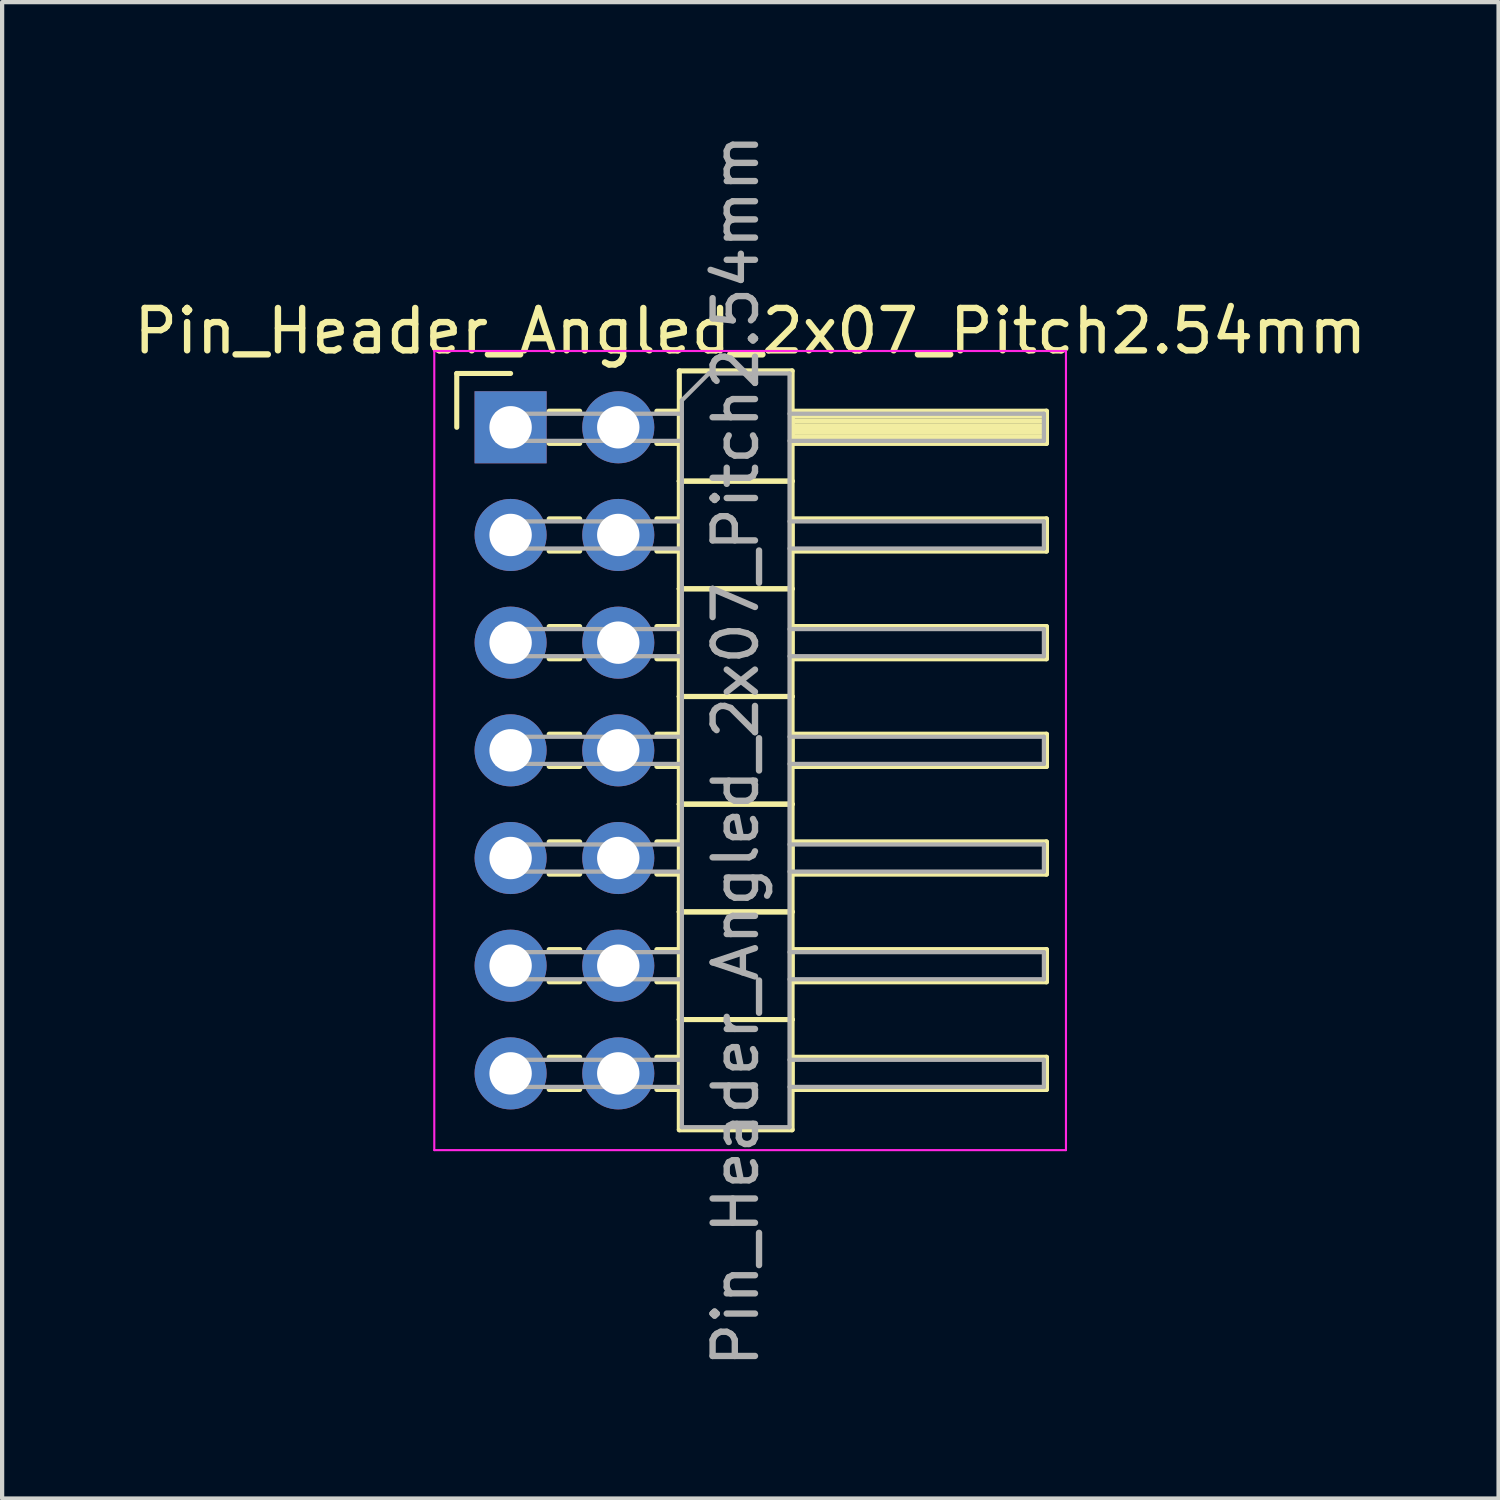
<source format=kicad_pcb>
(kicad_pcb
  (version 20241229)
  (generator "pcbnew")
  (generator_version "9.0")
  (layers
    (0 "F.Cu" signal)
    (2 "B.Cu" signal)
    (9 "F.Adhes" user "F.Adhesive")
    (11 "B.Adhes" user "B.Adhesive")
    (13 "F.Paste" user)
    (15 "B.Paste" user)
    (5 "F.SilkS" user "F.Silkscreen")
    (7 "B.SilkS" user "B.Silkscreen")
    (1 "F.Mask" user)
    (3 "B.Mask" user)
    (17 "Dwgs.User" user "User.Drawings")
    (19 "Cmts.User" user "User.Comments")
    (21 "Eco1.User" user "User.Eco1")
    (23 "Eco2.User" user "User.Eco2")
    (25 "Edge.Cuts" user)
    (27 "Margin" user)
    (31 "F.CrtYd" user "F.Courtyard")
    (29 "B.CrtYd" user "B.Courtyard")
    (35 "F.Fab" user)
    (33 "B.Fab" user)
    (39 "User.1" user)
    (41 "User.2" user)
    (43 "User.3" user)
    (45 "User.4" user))
  (footprint "Pin_Header_Angled_2x07_Pitch2.54mm"
    (layer "F.Cu")
    (at 8.994 7.029)
    (property "Reference" "Pin_Header_Angled_2x07_Pitch2.54mm" (at 5.655 -2.27 0) (layer "F.SilkS") (effects (font (size 1 1) (thickness 0.15))))
    (attr through_hole)
    (fp_line (start -1.27 -1.27) (end 0 -1.27) (stroke (width 0.12) (type solid)) (layer "F.SilkS"))
    (fp_line (start -1.27 0) (end -1.27 -1.27) (stroke (width 0.12) (type solid)) (layer "F.SilkS"))
    (fp_line (start 0.91 -0.38) (end 1.63 -0.38) (stroke (width 0.12) (type solid)) (layer "F.SilkS"))
    (fp_line (start 0.91 0.38) (end 1.63 0.38) (stroke (width 0.12) (type solid)) (layer "F.SilkS"))
    (fp_line (start 0.91 2.16) (end 1.63 2.16) (stroke (width 0.12) (type solid)) (layer "F.SilkS"))
    (fp_line (start 0.91 2.92) (end 1.63 2.92) (stroke (width 0.12) (type solid)) (layer "F.SilkS"))
    (fp_line (start 0.91 4.7) (end 1.63 4.7) (stroke (width 0.12) (type solid)) (layer "F.SilkS"))
    (fp_line (start 0.91 5.46) (end 1.63 5.46) (stroke (width 0.12) (type solid)) (layer "F.SilkS"))
    (fp_line (start 0.91 7.24) (end 1.63 7.24) (stroke (width 0.12) (type solid)) (layer "F.SilkS"))
    (fp_line (start 0.91 8) (end 1.63 8) (stroke (width 0.12) (type solid)) (layer "F.SilkS"))
    (fp_line (start 0.91 9.78) (end 1.63 9.78) (stroke (width 0.12) (type solid)) (layer "F.SilkS"))
    (fp_line (start 0.91 10.54) (end 1.63 10.54) (stroke (width 0.12) (type solid)) (layer "F.SilkS"))
    (fp_line (start 0.91 12.32) (end 1.63 12.32) (stroke (width 0.12) (type solid)) (layer "F.SilkS"))
    (fp_line (start 0.91 13.08) (end 1.63 13.08) (stroke (width 0.12) (type solid)) (layer "F.SilkS"))
    (fp_line (start 0.91 14.86) (end 1.63 14.86) (stroke (width 0.12) (type solid)) (layer "F.SilkS"))
    (fp_line (start 0.91 15.62) (end 1.63 15.62) (stroke (width 0.12) (type solid)) (layer "F.SilkS"))
    (fp_line (start 3.45 -0.38) (end 3.98 -0.38) (stroke (width 0.12) (type solid)) (layer "F.SilkS"))
    (fp_line (start 3.45 0.38) (end 3.98 0.38) (stroke (width 0.12) (type solid)) (layer "F.SilkS"))
    (fp_line (start 3.45 2.16) (end 3.98 2.16) (stroke (width 0.12) (type solid)) (layer "F.SilkS"))
    (fp_line (start 3.45 2.92) (end 3.98 2.92) (stroke (width 0.12) (type solid)) (layer "F.SilkS"))
    (fp_line (start 3.45 4.7) (end 3.98 4.7) (stroke (width 0.12) (type solid)) (layer "F.SilkS"))
    (fp_line (start 3.45 5.46) (end 3.98 5.46) (stroke (width 0.12) (type solid)) (layer "F.SilkS"))
    (fp_line (start 3.45 7.24) (end 3.98 7.24) (stroke (width 0.12) (type solid)) (layer "F.SilkS"))
    (fp_line (start 3.45 8) (end 3.98 8) (stroke (width 0.12) (type solid)) (layer "F.SilkS"))
    (fp_line (start 3.45 9.78) (end 3.98 9.78) (stroke (width 0.12) (type solid)) (layer "F.SilkS"))
    (fp_line (start 3.45 10.54) (end 3.98 10.54) (stroke (width 0.12) (type solid)) (layer "F.SilkS"))
    (fp_line (start 3.45 12.32) (end 3.98 12.32) (stroke (width 0.12) (type solid)) (layer "F.SilkS"))
    (fp_line (start 3.45 13.08) (end 3.98 13.08) (stroke (width 0.12) (type solid)) (layer "F.SilkS"))
    (fp_line (start 3.45 14.86) (end 3.98 14.86) (stroke (width 0.12) (type solid)) (layer "F.SilkS"))
    (fp_line (start 3.45 15.62) (end 3.98 15.62) (stroke (width 0.12) (type solid)) (layer "F.SilkS"))
    (fp_line (start 3.98 -1.33) (end 3.98 1.27) (stroke (width 0.12) (type solid)) (layer "F.SilkS"))
    (fp_line (start 3.98 1.27) (end 3.98 3.81) (stroke (width 0.12) (type solid)) (layer "F.SilkS"))
    (fp_line (start 3.98 1.27) (end 6.64 1.27) (stroke (width 0.12) (type solid)) (layer "F.SilkS"))
    (fp_line (start 3.98 3.81) (end 3.98 6.35) (stroke (width 0.12) (type solid)) (layer "F.SilkS"))
    (fp_line (start 3.98 3.81) (end 6.64 3.81) (stroke (width 0.12) (type solid)) (layer "F.SilkS"))
    (fp_line (start 3.98 6.35) (end 3.98 8.89) (stroke (width 0.12) (type solid)) (layer "F.SilkS"))
    (fp_line (start 3.98 6.35) (end 6.64 6.35) (stroke (width 0.12) (type solid)) (layer "F.SilkS"))
    (fp_line (start 3.98 8.89) (end 3.98 11.43) (stroke (width 0.12) (type solid)) (layer "F.SilkS"))
    (fp_line (start 3.98 8.89) (end 6.64 8.89) (stroke (width 0.12) (type solid)) (layer "F.SilkS"))
    (fp_line (start 3.98 11.43) (end 3.98 13.97) (stroke (width 0.12) (type solid)) (layer "F.SilkS"))
    (fp_line (start 3.98 11.43) (end 6.64 11.43) (stroke (width 0.12) (type solid)) (layer "F.SilkS"))
    (fp_line (start 3.98 13.97) (end 3.98 16.57) (stroke (width 0.12) (type solid)) (layer "F.SilkS"))
    (fp_line (start 3.98 13.97) (end 6.64 13.97) (stroke (width 0.12) (type solid)) (layer "F.SilkS"))
    (fp_line (start 3.98 16.57) (end 6.64 16.57) (stroke (width 0.12) (type solid)) (layer "F.SilkS"))
    (fp_line (start 6.64 -1.33) (end 3.98 -1.33) (stroke (width 0.12) (type solid)) (layer "F.SilkS"))
    (fp_line (start 6.64 -0.38) (end 6.64 0.38) (stroke (width 0.12) (type solid)) (layer "F.SilkS"))
    (fp_line (start 6.64 -0.26) (end 12.64 -0.26) (stroke (width 0.12) (type solid)) (layer "F.SilkS"))
    (fp_line (start 6.64 -0.14) (end 12.64 -0.14) (stroke (width 0.12) (type solid)) (layer "F.SilkS"))
    (fp_line (start 6.64 -0.02) (end 12.64 -0.02) (stroke (width 0.12) (type solid)) (layer "F.SilkS"))
    (fp_line (start 6.64 0.1) (end 12.64 0.1) (stroke (width 0.12) (type solid)) (layer "F.SilkS"))
    (fp_line (start 6.64 0.22) (end 12.64 0.22) (stroke (width 0.12) (type solid)) (layer "F.SilkS"))
    (fp_line (start 6.64 0.34) (end 12.64 0.34) (stroke (width 0.12) (type solid)) (layer "F.SilkS"))
    (fp_line (start 6.64 0.38) (end 12.64 0.38) (stroke (width 0.12) (type solid)) (layer "F.SilkS"))
    (fp_line (start 6.64 1.27) (end 3.98 1.27) (stroke (width 0.12) (type solid)) (layer "F.SilkS"))
    (fp_line (start 6.64 1.27) (end 6.64 -1.33) (stroke (width 0.12) (type solid)) (layer "F.SilkS"))
    (fp_line (start 6.64 2.16) (end 6.64 2.92) (stroke (width 0.12) (type solid)) (layer "F.SilkS"))
    (fp_line (start 6.64 2.92) (end 12.64 2.92) (stroke (width 0.12) (type solid)) (layer "F.SilkS"))
    (fp_line (start 6.64 3.81) (end 3.98 3.81) (stroke (width 0.12) (type solid)) (layer "F.SilkS"))
    (fp_line (start 6.64 3.81) (end 6.64 1.27) (stroke (width 0.12) (type solid)) (layer "F.SilkS"))
    (fp_line (start 6.64 4.7) (end 6.64 5.46) (stroke (width 0.12) (type solid)) (layer "F.SilkS"))
    (fp_line (start 6.64 5.46) (end 12.64 5.46) (stroke (width 0.12) (type solid)) (layer "F.SilkS"))
    (fp_line (start 6.64 6.35) (end 3.98 6.35) (stroke (width 0.12) (type solid)) (layer "F.SilkS"))
    (fp_line (start 6.64 6.35) (end 6.64 3.81) (stroke (width 0.12) (type solid)) (layer "F.SilkS"))
    (fp_line (start 6.64 7.24) (end 6.64 8) (stroke (width 0.12) (type solid)) (layer "F.SilkS"))
    (fp_line (start 6.64 8) (end 12.64 8) (stroke (width 0.12) (type solid)) (layer "F.SilkS"))
    (fp_line (start 6.64 8.89) (end 3.98 8.89) (stroke (width 0.12) (type solid)) (layer "F.SilkS"))
    (fp_line (start 6.64 8.89) (end 6.64 6.35) (stroke (width 0.12) (type solid)) (layer "F.SilkS"))
    (fp_line (start 6.64 9.78) (end 6.64 10.54) (stroke (width 0.12) (type solid)) (layer "F.SilkS"))
    (fp_line (start 6.64 10.54) (end 12.64 10.54) (stroke (width 0.12) (type solid)) (layer "F.SilkS"))
    (fp_line (start 6.64 11.43) (end 3.98 11.43) (stroke (width 0.12) (type solid)) (layer "F.SilkS"))
    (fp_line (start 6.64 11.43) (end 6.64 8.89) (stroke (width 0.12) (type solid)) (layer "F.SilkS"))
    (fp_line (start 6.64 12.32) (end 6.64 13.08) (stroke (width 0.12) (type solid)) (layer "F.SilkS"))
    (fp_line (start 6.64 13.08) (end 12.64 13.08) (stroke (width 0.12) (type solid)) (layer "F.SilkS"))
    (fp_line (start 6.64 13.97) (end 3.98 13.97) (stroke (width 0.12) (type solid)) (layer "F.SilkS"))
    (fp_line (start 6.64 13.97) (end 6.64 11.43) (stroke (width 0.12) (type solid)) (layer "F.SilkS"))
    (fp_line (start 6.64 14.86) (end 6.64 15.62) (stroke (width 0.12) (type solid)) (layer "F.SilkS"))
    (fp_line (start 6.64 15.62) (end 12.64 15.62) (stroke (width 0.12) (type solid)) (layer "F.SilkS"))
    (fp_line (start 6.64 16.57) (end 6.64 13.97) (stroke (width 0.12) (type solid)) (layer "F.SilkS"))
    (fp_line (start 12.64 -0.38) (end 6.64 -0.38) (stroke (width 0.12) (type solid)) (layer "F.SilkS"))
    (fp_line (start 12.64 0.38) (end 12.64 -0.38) (stroke (width 0.12) (type solid)) (layer "F.SilkS"))
    (fp_line (start 12.64 2.16) (end 6.64 2.16) (stroke (width 0.12) (type solid)) (layer "F.SilkS"))
    (fp_line (start 12.64 2.92) (end 12.64 2.16) (stroke (width 0.12) (type solid)) (layer "F.SilkS"))
    (fp_line (start 12.64 4.7) (end 6.64 4.7) (stroke (width 0.12) (type solid)) (layer "F.SilkS"))
    (fp_line (start 12.64 5.46) (end 12.64 4.7) (stroke (width 0.12) (type solid)) (layer "F.SilkS"))
    (fp_line (start 12.64 7.24) (end 6.64 7.24) (stroke (width 0.12) (type solid)) (layer "F.SilkS"))
    (fp_line (start 12.64 8) (end 12.64 7.24) (stroke (width 0.12) (type solid)) (layer "F.SilkS"))
    (fp_line (start 12.64 9.78) (end 6.64 9.78) (stroke (width 0.12) (type solid)) (layer "F.SilkS"))
    (fp_line (start 12.64 10.54) (end 12.64 9.78) (stroke (width 0.12) (type solid)) (layer "F.SilkS"))
    (fp_line (start 12.64 12.32) (end 6.64 12.32) (stroke (width 0.12) (type solid)) (layer "F.SilkS"))
    (fp_line (start 12.64 13.08) (end 12.64 12.32) (stroke (width 0.12) (type solid)) (layer "F.SilkS"))
    (fp_line (start 12.64 14.86) (end 6.64 14.86) (stroke (width 0.12) (type solid)) (layer "F.SilkS"))
    (fp_line (start 12.64 15.62) (end 12.64 14.86) (stroke (width 0.12) (type solid)) (layer "F.SilkS"))
    (fp_line (start -1.8 -1.8) (end -1.8 17.05) (stroke (width 0.05) (type solid)) (layer "F.CrtYd"))
    (fp_line (start -1.8 17.05) (end 13.1 17.05) (stroke (width 0.05) (type solid)) (layer "F.CrtYd"))
    (fp_line (start 13.1 -1.8) (end -1.8 -1.8) (stroke (width 0.05) (type solid)) (layer "F.CrtYd"))
    (fp_line (start 13.1 17.05) (end 13.1 -1.8) (stroke (width 0.05) (type solid)) (layer "F.CrtYd"))
    (fp_line (start -0.32 -0.32) (end -0.32 0.32) (stroke (width 0.1) (type solid)) (layer "F.Fab"))
    (fp_line (start -0.32 -0.32) (end 4.04 -0.32) (stroke (width 0.1) (type solid)) (layer "F.Fab"))
    (fp_line (start -0.32 0.32) (end 4.04 0.32) (stroke (width 0.1) (type solid)) (layer "F.Fab"))
    (fp_line (start -0.32 2.22) (end -0.32 2.86) (stroke (width 0.1) (type solid)) (layer "F.Fab"))
    (fp_line (start -0.32 2.22) (end 4.04 2.22) (stroke (width 0.1) (type solid)) (layer "F.Fab"))
    (fp_line (start -0.32 2.86) (end 4.04 2.86) (stroke (width 0.1) (type solid)) (layer "F.Fab"))
    (fp_line (start -0.32 4.76) (end -0.32 5.4) (stroke (width 0.1) (type solid)) (layer "F.Fab"))
    (fp_line (start -0.32 4.76) (end 4.04 4.76) (stroke (width 0.1) (type solid)) (layer "F.Fab"))
    (fp_line (start -0.32 5.4) (end 4.04 5.4) (stroke (width 0.1) (type solid)) (layer "F.Fab"))
    (fp_line (start -0.32 7.3) (end -0.32 7.94) (stroke (width 0.1) (type solid)) (layer "F.Fab"))
    (fp_line (start -0.32 7.3) (end 4.04 7.3) (stroke (width 0.1) (type solid)) (layer "F.Fab"))
    (fp_line (start -0.32 7.94) (end 4.04 7.94) (stroke (width 0.1) (type solid)) (layer "F.Fab"))
    (fp_line (start -0.32 9.84) (end -0.32 10.48) (stroke (width 0.1) (type solid)) (layer "F.Fab"))
    (fp_line (start -0.32 9.84) (end 4.04 9.84) (stroke (width 0.1) (type solid)) (layer "F.Fab"))
    (fp_line (start -0.32 10.48) (end 4.04 10.48) (stroke (width 0.1) (type solid)) (layer "F.Fab"))
    (fp_line (start -0.32 12.38) (end -0.32 13.02) (stroke (width 0.1) (type solid)) (layer "F.Fab"))
    (fp_line (start -0.32 12.38) (end 4.04 12.38) (stroke (width 0.1) (type solid)) (layer "F.Fab"))
    (fp_line (start -0.32 13.02) (end 4.04 13.02) (stroke (width 0.1) (type solid)) (layer "F.Fab"))
    (fp_line (start -0.32 14.92) (end -0.32 15.56) (stroke (width 0.1) (type solid)) (layer "F.Fab"))
    (fp_line (start -0.32 14.92) (end 4.04 14.92) (stroke (width 0.1) (type solid)) (layer "F.Fab"))
    (fp_line (start -0.32 15.56) (end 4.04 15.56) (stroke (width 0.1) (type solid)) (layer "F.Fab"))
    (fp_line (start 4.04 -0.635) (end 4.675 -1.27) (stroke (width 0.1) (type solid)) (layer "F.Fab"))
    (fp_line (start 4.04 16.51) (end 4.04 -0.635) (stroke (width 0.1) (type solid)) (layer "F.Fab"))
    (fp_line (start 4.675 -1.27) (end 6.58 -1.27) (stroke (width 0.1) (type solid)) (layer "F.Fab"))
    (fp_line (start 6.58 -1.27) (end 6.58 16.51) (stroke (width 0.1) (type solid)) (layer "F.Fab"))
    (fp_line (start 6.58 -0.32) (end 12.58 -0.32) (stroke (width 0.1) (type solid)) (layer "F.Fab"))
    (fp_line (start 6.58 0.32) (end 12.58 0.32) (stroke (width 0.1) (type solid)) (layer "F.Fab"))
    (fp_line (start 6.58 2.22) (end 12.58 2.22) (stroke (width 0.1) (type solid)) (layer "F.Fab"))
    (fp_line (start 6.58 2.86) (end 12.58 2.86) (stroke (width 0.1) (type solid)) (layer "F.Fab"))
    (fp_line (start 6.58 4.76) (end 12.58 4.76) (stroke (width 0.1) (type solid)) (layer "F.Fab"))
    (fp_line (start 6.58 5.4) (end 12.58 5.4) (stroke (width 0.1) (type solid)) (layer "F.Fab"))
    (fp_line (start 6.58 7.3) (end 12.58 7.3) (stroke (width 0.1) (type solid)) (layer "F.Fab"))
    (fp_line (start 6.58 7.94) (end 12.58 7.94) (stroke (width 0.1) (type solid)) (layer "F.Fab"))
    (fp_line (start 6.58 9.84) (end 12.58 9.84) (stroke (width 0.1) (type solid)) (layer "F.Fab"))
    (fp_line (start 6.58 10.48) (end 12.58 10.48) (stroke (width 0.1) (type solid)) (layer "F.Fab"))
    (fp_line (start 6.58 12.38) (end 12.58 12.38) (stroke (width 0.1) (type solid)) (layer "F.Fab"))
    (fp_line (start 6.58 13.02) (end 12.58 13.02) (stroke (width 0.1) (type solid)) (layer "F.Fab"))
    (fp_line (start 6.58 14.92) (end 12.58 14.92) (stroke (width 0.1) (type solid)) (layer "F.Fab"))
    (fp_line (start 6.58 15.56) (end 12.58 15.56) (stroke (width 0.1) (type solid)) (layer "F.Fab"))
    (fp_line (start 6.58 16.51) (end 4.04 16.51) (stroke (width 0.1) (type solid)) (layer "F.Fab"))
    (fp_line (start 12.58 -0.32) (end 12.58 0.32) (stroke (width 0.1) (type solid)) (layer "F.Fab"))
    (fp_line (start 12.58 2.22) (end 12.58 2.86) (stroke (width 0.1) (type solid)) (layer "F.Fab"))
    (fp_line (start 12.58 4.76) (end 12.58 5.4) (stroke (width 0.1) (type solid)) (layer "F.Fab"))
    (fp_line (start 12.58 7.3) (end 12.58 7.94) (stroke (width 0.1) (type solid)) (layer "F.Fab"))
    (fp_line (start 12.58 9.84) (end 12.58 10.48) (stroke (width 0.1) (type solid)) (layer "F.Fab"))
    (fp_line (start 12.58 12.38) (end 12.58 13.02) (stroke (width 0.1) (type solid)) (layer "F.Fab"))
    (fp_line (start 12.58 14.92) (end 12.58 15.56) (stroke (width 0.1) (type solid)) (layer "F.Fab"))
    (fp_text user "${REFERENCE}" (at 5.31 7.62 90) (layer "F.Fab") (effects (font (size 1 1) (thickness 0.15))))
    (pad "1" thru_hole rect (at 0 0) (size 1.7 1.7) (drill 1) (layers "*.Cu" "*.Mask"))
    (pad "2" thru_hole oval (at 2.54 0) (size 1.7 1.7) (drill 1) (layers "*.Cu" "*.Mask"))
    (pad "3" thru_hole oval (at 0 2.54) (size 1.7 1.7) (drill 1) (layers "*.Cu" "*.Mask"))
    (pad "4" thru_hole oval (at 2.54 2.54) (size 1.7 1.7) (drill 1) (layers "*.Cu" "*.Mask"))
    (pad "5" thru_hole oval (at 0 5.08) (size 1.7 1.7) (drill 1) (layers "*.Cu" "*.Mask"))
    (pad "6" thru_hole oval (at 2.54 5.08) (size 1.7 1.7) (drill 1) (layers "*.Cu" "*.Mask"))
    (pad "7" thru_hole oval (at 0 7.62) (size 1.7 1.7) (drill 1) (layers "*.Cu" "*.Mask"))
    (pad "8" thru_hole oval (at 2.54 7.62) (size 1.7 1.7) (drill 1) (layers "*.Cu" "*.Mask"))
    (pad "9" thru_hole oval (at 0 10.16) (size 1.7 1.7) (drill 1) (layers "*.Cu" "*.Mask"))
    (pad "10" thru_hole oval (at 2.54 10.16) (size 1.7 1.7) (drill 1) (layers "*.Cu" "*.Mask"))
    (pad "11" thru_hole oval (at 0 12.7) (size 1.7 1.7) (drill 1) (layers "*.Cu" "*.Mask"))
    (pad "12" thru_hole oval (at 2.54 12.7) (size 1.7 1.7) (drill 1) (layers "*.Cu" "*.Mask"))
    (pad "13" thru_hole oval (at 0 15.24) (size 1.7 1.7) (drill 1) (layers "*.Cu" "*.Mask"))
    (pad "14" thru_hole oval (at 2.54 15.24) (size 1.7 1.7) (drill 1) (layers "*.Cu" "*.Mask")))
  (gr_rect
    (start -3 -3)
    (end 32.298 32.298)
    (stroke (width 0.1) (type default))
    (fill no)
    (layer "Edge.Cuts")))
</source>
